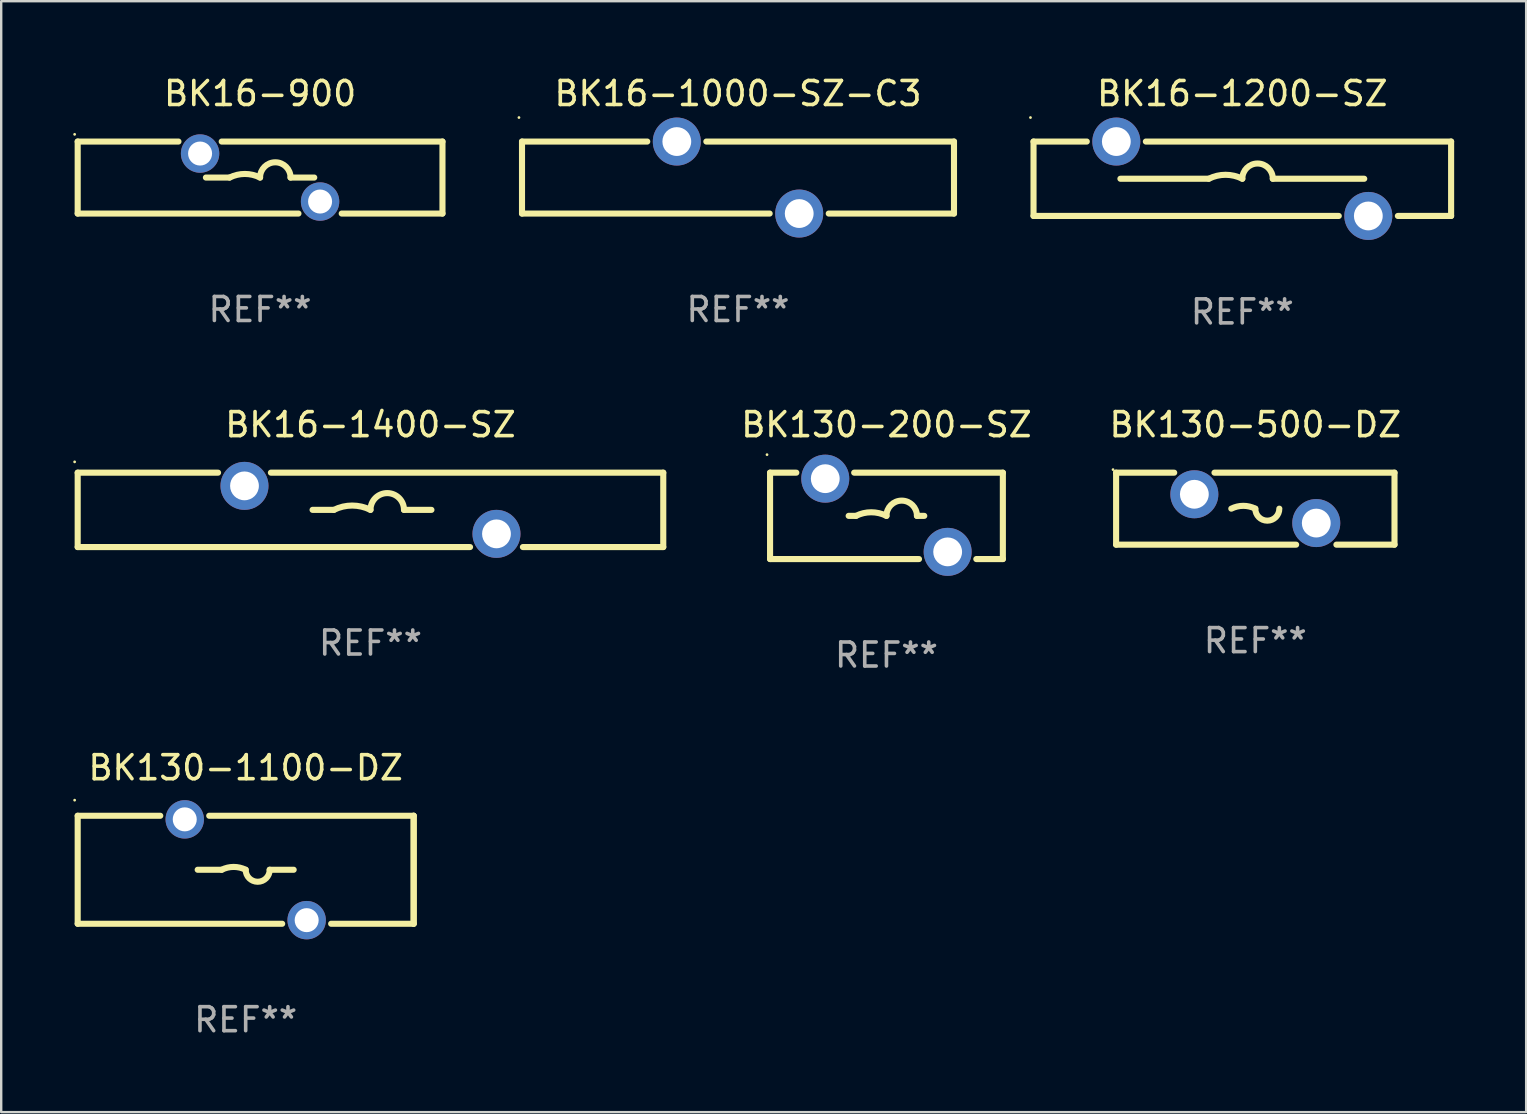
<source format=kicad_pcb>
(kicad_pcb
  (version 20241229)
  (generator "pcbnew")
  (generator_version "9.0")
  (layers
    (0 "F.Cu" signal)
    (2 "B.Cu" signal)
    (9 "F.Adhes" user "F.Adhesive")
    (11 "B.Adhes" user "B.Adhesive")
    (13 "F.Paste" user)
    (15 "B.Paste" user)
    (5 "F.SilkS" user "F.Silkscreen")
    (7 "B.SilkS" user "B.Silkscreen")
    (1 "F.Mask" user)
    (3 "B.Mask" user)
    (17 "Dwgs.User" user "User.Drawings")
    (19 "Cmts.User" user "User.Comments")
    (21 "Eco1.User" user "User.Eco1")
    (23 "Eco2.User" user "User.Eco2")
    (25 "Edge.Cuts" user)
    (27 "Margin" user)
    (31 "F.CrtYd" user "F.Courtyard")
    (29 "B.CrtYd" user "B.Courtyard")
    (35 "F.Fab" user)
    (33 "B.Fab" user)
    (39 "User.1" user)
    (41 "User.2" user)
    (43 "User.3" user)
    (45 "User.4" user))
  (footprint "BK16-1200-SZ"
    (layer "F.Cu")
    (at 48.715 4.398)
    (property "Reference" "BK16-1200-SZ" (at 0 -3.55 0) (layer "F.SilkS") (effects (font (size 1 1) (thickness 0.15))))
    (attr through_hole)
    (fp_line (start -8.7 -1.55) (end -8.7 1.55) (stroke (width 0.254) (type solid)) (layer "F.SilkS"))
    (fp_line (start -8.7 -1.55) (end -6.481 -1.55) (stroke (width 0.254) (type solid)) (layer "F.SilkS"))
    (fp_line (start -8.7 1.55) (end 4.019 1.55) (stroke (width 0.254) (type solid)) (layer "F.SilkS"))
    (fp_line (start -5.08 -0.000013) (end -1.397 -0.000013) (stroke (width 0.254) (type solid)) (layer "F.SilkS"))
    (fp_line (start -4.019 -1.55) (end 8.7 -1.55) (stroke (width 0.254) (type solid)) (layer "F.SilkS"))
    (fp_line (start 5.08 -0.000013) (end 1.27 -0.000013) (stroke (width 0.254) (type solid)) (layer "F.SilkS"))
    (fp_line (start 6.481 1.55) (end 8.7 1.55) (stroke (width 0.254) (type solid)) (layer "F.SilkS"))
    (fp_line (start 8.7 -1.55) (end 8.7 1.55) (stroke (width 0.254) (type solid)) (layer "F.SilkS"))
    (fp_arc (start -1.397003 -0.000013) (mid -0.698501 -0.164907) (end 0 -0.000013) (stroke (width 0.254001) (type solid)) (layer "F.SilkS"))
    (fp_arc (start -0.000001 -0.000013) (mid 0.635001 -0.635015) (end 1.270003 -0.000013) (stroke (width 0.254001) (type solid)) (layer "F.SilkS"))
    (fp_circle (center -8.827 -2.55) (end -8.797 -2.55) (stroke (width 0.06) (type solid)) (fill no) (layer "F.SilkS"))
    (fp_text user "REF**" (at 0 5.55 0) (layer "F.Fab") (effects (font (size 1 1) (thickness 0.15))))
    (pad "1" thru_hole circle (at -5.25 -1.55) (size 2 2) (drill 1.2) (layers "*.Cu" "*.Mask"))
    (pad "2" thru_hole circle (at 5.25 1.55) (size 2 2) (drill 1.2) (layers "*.Cu" "*.Mask")))
  (footprint "BK16-1400-SZ"
    (layer "F.Cu")
    (at 12.387 18.195)
    (property "Reference" "BK16-1400-SZ" (at 0 -3.55 0) (layer "F.SilkS") (effects (font (size 1 1) (thickness 0.15))))
    (attr through_hole)
    (fp_line (start -12.2 -1.55) (end -6.351 -1.55) (stroke (width 0.254) (type solid)) (layer "F.SilkS"))
    (fp_line (start -12.2 1.55) (end -12.2 -1.55) (stroke (width 0.254) (type solid)) (layer "F.SilkS"))
    (fp_line (start -12.2 1.55) (end 4.149 1.55) (stroke (width 0.254) (type solid)) (layer "F.SilkS"))
    (fp_line (start -4.149 -1.55) (end 12.2 -1.55) (stroke (width 0.254) (type solid)) (layer "F.SilkS"))
    (fp_line (start -2.413 0) (end -1.524 0) (stroke (width 0.254) (type solid)) (layer "F.SilkS"))
    (fp_line (start 2.54 0) (end 1.397 0) (stroke (width 0.254) (type solid)) (layer "F.SilkS"))
    (fp_line (start 6.351 1.55) (end 12.2 1.55) (stroke (width 0.254) (type solid)) (layer "F.SilkS"))
    (fp_line (start 12.2 -1.55) (end 12.2 1.55) (stroke (width 0.254) (type solid)) (layer "F.SilkS"))
    (fp_arc (start -1.524003 0) (mid -0.762002 -0.179884) (end 0 0) (stroke (width 0.254001) (type solid)) (layer "F.SilkS"))
    (fp_arc (start -0.000001 0) (mid 0.698501 -0.698502) (end 1.397003 0) (stroke (width 0.254001) (type solid)) (layer "F.SilkS"))
    (fp_circle (center -12.327 -2) (end -12.297 -2) (stroke (width 0.06) (type solid)) (fill no) (layer "F.SilkS"))
    (fp_text user "REF**" (at 0 5.55 0) (layer "F.Fab") (effects (font (size 1 1) (thickness 0.15))))
    (pad "1" thru_hole circle (at -5.25 -1) (size 2 2) (drill 1.2) (layers "*.Cu" "*.Mask"))
    (pad "2" thru_hole circle (at 5.25 1) (size 2 2) (drill 1.2) (layers "*.Cu" "*.Mask")))
  (footprint "BK130-500-DZ"
    (layer "F.Cu")
    (at 49.256 18.145)
    (property "Reference" "BK130-500-DZ" (at 0 -3.5 0) (layer "F.SilkS") (effects (font (size 1 1) (thickness 0.15))))
    (attr through_hole)
    (fp_line (start -5.8 -1.5) (end -5.8 1.5) (stroke (width 0.254) (type solid)) (layer "F.SilkS"))
    (fp_line (start -5.8 -1.5) (end -3.379 -1.5) (stroke (width 0.254) (type solid)) (layer "F.SilkS"))
    (fp_line (start -1.701 -1.5) (end 5.8 -1.5) (stroke (width 0.254) (type solid)) (layer "F.SilkS"))
    (fp_line (start 1.701 1.5) (end -5.8 1.5) (stroke (width 0.254) (type solid)) (layer "F.SilkS"))
    (fp_line (start 5.8 -1.5) (end 5.8 1.5) (stroke (width 0.254) (type solid)) (layer "F.SilkS"))
    (fp_line (start 5.8 1.5) (end 3.379 1.5) (stroke (width 0.254) (type solid)) (layer "F.SilkS"))
    (fp_arc (start -1 0) (mid -0.5 -0.118021) (end 0 0) (stroke (width 0.254001) (type solid)) (layer "F.SilkS"))
    (fp_arc (start 1.000762 0) (mid 0.500381 0.500127) (end 0 0) (stroke (width 0.254001) (type solid)) (layer "F.SilkS"))
    (fp_circle (center -5.927 -1.627) (end -5.897 -1.627) (stroke (width 0.06) (type solid)) (fill no) (layer "F.SilkS"))
    (fp_text user "REF**" (at 0 5.5 0) (layer "F.Fab") (effects (font (size 1 1) (thickness 0.15))))
    (pad "1" thru_hole circle (at -2.54 -0.6) (size 2 2) (drill 1.2) (layers "*.Cu" "*.Mask"))
    (pad "2" thru_hole circle (at 2.54 0.6) (size 2 2) (drill 1.2) (layers "*.Cu" "*.Mask")))
  (footprint "BK130-200-SZ"
    (layer "F.Cu")
    (at 33.887 18.445)
    (property "Reference" "BK130-200-SZ" (at 0 -3.8 0) (layer "F.SilkS") (effects (font (size 1 1) (thickness 0.15))))
    (attr through_hole)
    (fp_line (start -4.85 -1.8) (end -4.85 1.8) (stroke (width 0.254) (type solid)) (layer "F.SilkS"))
    (fp_line (start -4.85 -1.8) (end -3.756 -1.8) (stroke (width 0.254) (type solid)) (layer "F.SilkS"))
    (fp_line (start -1.575 0) (end -1.27 0) (stroke (width 0.254) (type solid)) (layer "F.SilkS"))
    (fp_line (start -1.345 -1.8) (end 4.85 -1.8) (stroke (width 0.254) (type solid)) (layer "F.SilkS"))
    (fp_line (start 1.356 1.8) (end -4.85 1.8) (stroke (width 0.254) (type solid)) (layer "F.SilkS"))
    (fp_line (start 1.575 0) (end 1.27 0) (stroke (width 0.254) (type solid)) (layer "F.SilkS"))
    (fp_line (start 4.85 -1.8) (end 4.85 1.8) (stroke (width 0.254) (type solid)) (layer "F.SilkS"))
    (fp_line (start 4.85 1.8) (end 3.744 1.8) (stroke (width 0.254) (type solid)) (layer "F.SilkS"))
    (fp_arc (start -1.270003 0) (mid -0.635001 -0.149904) (end 0 0) (stroke (width 0.254001) (type solid)) (layer "F.SilkS"))
    (fp_arc (start -0.000001 0) (mid 0.635001 -0.635002) (end 1.270003 0) (stroke (width 0.254001) (type solid)) (layer "F.SilkS"))
    (fp_circle (center -4.977 -2.55) (end -4.947 -2.55) (stroke (width 0.06) (type solid)) (fill no) (layer "F.SilkS"))
    (fp_text user "REF**" (at 0 5.8 0) (layer "F.Fab") (effects (font (size 1 1) (thickness 0.15))))
    (pad "1" thru_hole circle (at -2.55 -1.55) (size 2 2) (drill 1.2) (layers "*.Cu" "*.Mask"))
    (pad "2" thru_hole circle (at 2.55 1.5) (size 2 2) (drill 1.2) (layers "*.Cu" "*.Mask")))
  (footprint "BK16-1000-SZ-C3"
    (layer "F.Cu")
    (at 27.701 4.348)
    (property "Reference" "BK16-1000-SZ-C3" (at 0 -3.5 0) (layer "F.SilkS") (effects (font (size 1 1) (thickness 0.15))))
    (attr through_hole)
    (fp_line (start -9 -1.5) (end -3.781 -1.5) (stroke (width 0.254) (type solid)) (layer "F.SilkS"))
    (fp_line (start -9 1.5) (end -9 -1.5) (stroke (width 0.254) (type solid)) (layer "F.SilkS"))
    (fp_line (start -9 1.5) (end 1.319 1.5) (stroke (width 0.254) (type solid)) (layer "F.SilkS"))
    (fp_line (start -1.319 -1.5) (end 9 -1.5) (stroke (width 0.254) (type solid)) (layer "F.SilkS"))
    (fp_line (start 3.781 1.5) (end 9 1.5) (stroke (width 0.254) (type solid)) (layer "F.SilkS"))
    (fp_line (start 9 -1.5) (end 9 1.5) (stroke (width 0.254) (type solid)) (layer "F.SilkS"))
    (fp_circle (center -9.127 -2.5) (end -9.097 -2.5) (stroke (width 0.06) (type solid)) (fill no) (layer "F.SilkS"))
    (fp_text user "REF**" (at 0 5.5 0) (layer "F.Fab") (effects (font (size 1 1) (thickness 0.15))))
    (pad "1" thru_hole circle (at -2.55 -1.5) (size 2 2) (drill 1.2) (layers "*.Cu" "*.Mask"))
    (pad "2" thru_hole circle (at 2.55 1.5) (size 2 2) (drill 1.2) (layers "*.Cu" "*.Mask")))
  (footprint "BK16-900"
    (layer "F.Cu")
    (at 7.787 4.348)
    (property "Reference" "BK16-900" (at 0 -3.5 0) (layer "F.SilkS") (effects (font (size 1 1) (thickness 0.15))))
    (attr through_hole)
    (fp_line (start -7.6 -1.5) (end -3.401 -1.5) (stroke (width 0.254) (type solid)) (layer "F.SilkS"))
    (fp_line (start -7.6 1.5) (end -7.6 -1.5) (stroke (width 0.254) (type solid)) (layer "F.SilkS"))
    (fp_line (start -7.6 1.5) (end 1.599 1.5) (stroke (width 0.254) (type solid)) (layer "F.SilkS"))
    (fp_line (start -2.257 0.000127) (end -1.27 0.000127) (stroke (width 0.254) (type solid)) (layer "F.SilkS"))
    (fp_line (start -1.599 -1.5) (end 7.6 -1.5) (stroke (width 0.254) (type solid)) (layer "F.SilkS"))
    (fp_line (start 2.257 0.000127) (end 1.27 0.000127) (stroke (width 0.254) (type solid)) (layer "F.SilkS"))
    (fp_line (start 3.401 1.5) (end 7.6 1.5) (stroke (width 0.254) (type solid)) (layer "F.SilkS"))
    (fp_line (start 7.6 -1.5) (end 7.6 1.5) (stroke (width 0.254) (type solid)) (layer "F.SilkS"))
    (fp_arc (start -1.270003 0.000127) (mid -0.635001 -0.149777) (end 0 0.000127) (stroke (width 0.254001) (type solid)) (layer "F.SilkS"))
    (fp_arc (start -0.000889 0.000509) (mid 0.634366 -0.634925) (end 1.270003 0.000127) (stroke (width 0.254001) (type solid)) (layer "F.SilkS"))
    (fp_circle (center -7.727 -1.8) (end -7.697 -1.8) (stroke (width 0.06) (type solid)) (fill no) (layer "F.SilkS"))
    (fp_text user "REF**" (at 0 5.5 0) (layer "F.Fab") (effects (font (size 1 1) (thickness 0.15))))
    (pad "1" thru_hole circle (at -2.5 -1) (size 1.6 1.6) (drill 1) (layers "*.Cu" "*.Mask"))
    (pad "2" thru_hole circle (at 2.5 1) (size 1.6 1.6) (drill 1) (layers "*.Cu" "*.Mask")))
  (footprint "BK130-1100-DZ"
    (layer "F.Cu")
    (at 7.187 33.191)
    (property "Reference" "BK130-1100-DZ" (at 0 -4.25 0) (layer "F.SilkS") (effects (font (size 1 1) (thickness 0.15))))
    (attr through_hole)
    (fp_line (start -7 -2.25) (end -3.559 -2.25) (stroke (width 0.254) (type solid)) (layer "F.SilkS"))
    (fp_line (start -7 2.25) (end -7 -2.25) (stroke (width 0.254) (type solid)) (layer "F.SilkS"))
    (fp_line (start -1.519 -2.25) (end 7 -2.25) (stroke (width 0.254) (type solid)) (layer "F.SilkS"))
    (fp_line (start -1 0) (end -2 0) (stroke (width 0.254) (type solid)) (layer "F.SilkS"))
    (fp_line (start 1 0) (end 2 0) (stroke (width 0.254) (type solid)) (layer "F.SilkS"))
    (fp_line (start 1.521 2.25) (end -7 2.25) (stroke (width 0.254) (type solid)) (layer "F.SilkS"))
    (fp_line (start 7 -2.25) (end 7 2.25) (stroke (width 0.254) (type solid)) (layer "F.SilkS"))
    (fp_line (start 7 -2.25) (end 7 2.25) (stroke (width 0.254) (type solid)) (layer "F.SilkS"))
    (fp_line (start 7 2.25) (end 3.561 2.25) (stroke (width 0.254) (type solid)) (layer "F.SilkS"))
    (fp_arc (start -1 0) (mid -0.5 -0.118021) (end 0 0) (stroke (width 0.254001) (type solid)) (layer "F.SilkS"))
    (fp_arc (start 1.000762 0) (mid 0.500381 0.500127) (end 0 0) (stroke (width 0.254001) (type solid)) (layer "F.SilkS"))
    (fp_circle (center -7.127 -2.9) (end -7.097 -2.9) (stroke (width 0.06) (type solid)) (fill no) (layer "F.SilkS"))
    (fp_text user "REF**" (at 0 6.25 0) (layer "F.Fab") (effects (font (size 1 1) (thickness 0.15))))
    (pad "1" thru_hole circle (at -2.539 -2.1) (size 1.6 1.6) (drill 1) (layers "*.Cu" "*.Mask"))
    (pad "2" thru_hole circle (at 2.541 2.1) (size 1.6 1.6) (drill 1) (layers "*.Cu" "*.Mask")))
  (gr_rect
    (start -3 -3)
    (end 60.542 43.289)
    (stroke (width 0.1) (type default))
    (fill no)
    (layer "Edge.Cuts")))
</source>
